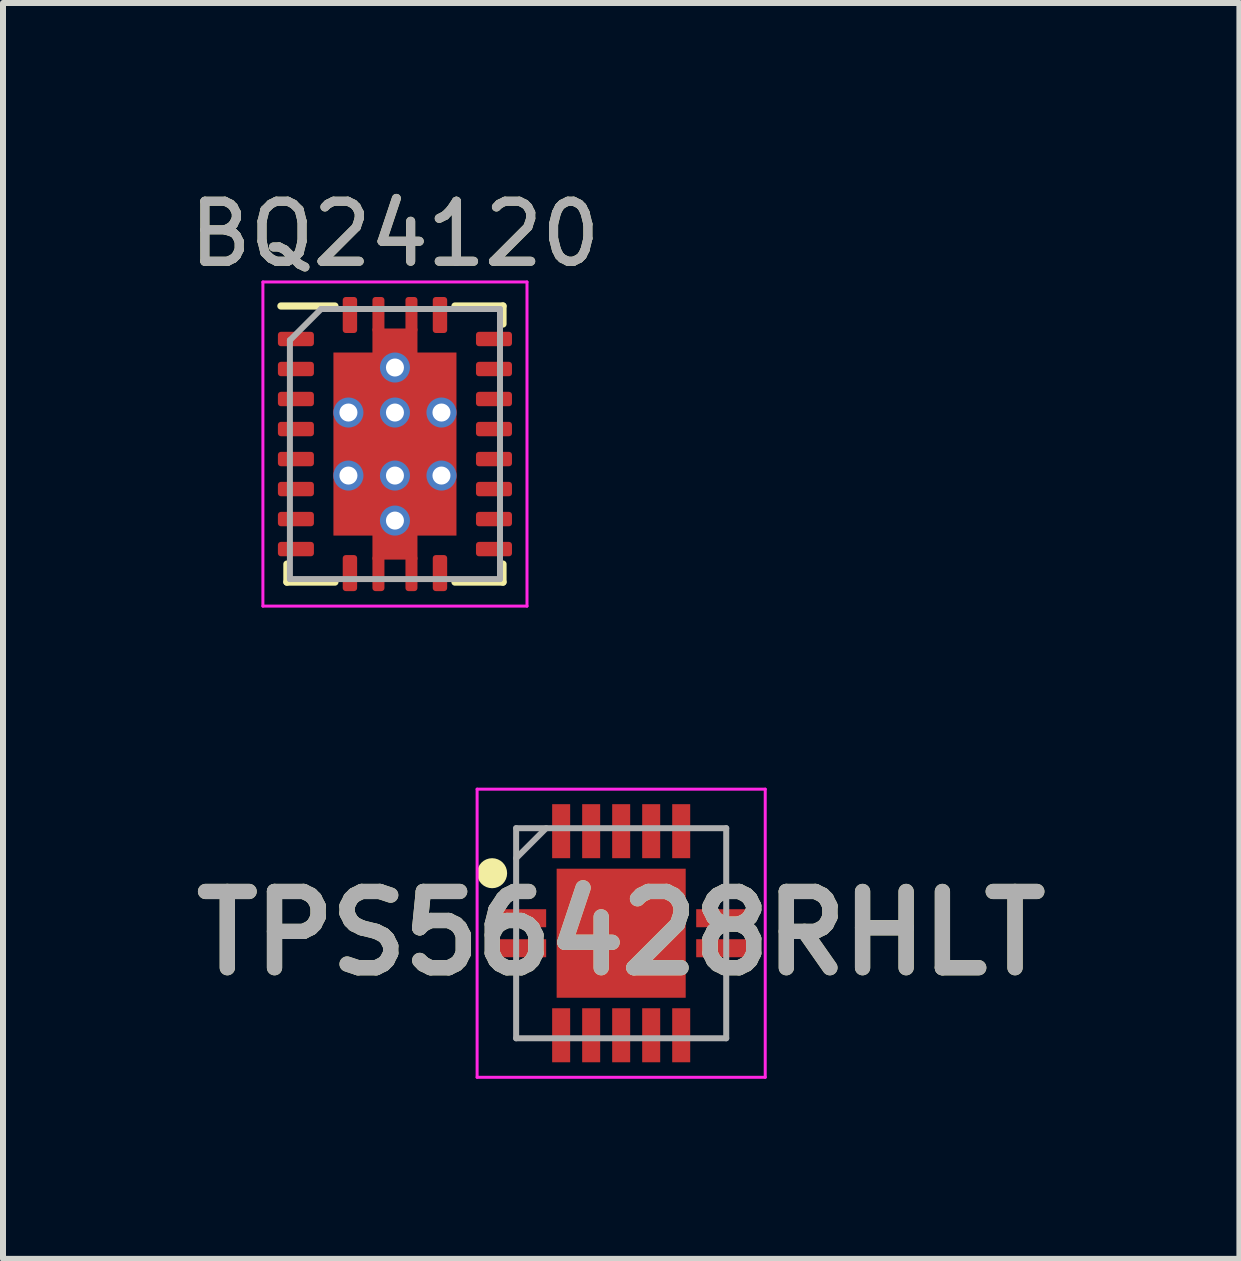
<source format=kicad_pcb>
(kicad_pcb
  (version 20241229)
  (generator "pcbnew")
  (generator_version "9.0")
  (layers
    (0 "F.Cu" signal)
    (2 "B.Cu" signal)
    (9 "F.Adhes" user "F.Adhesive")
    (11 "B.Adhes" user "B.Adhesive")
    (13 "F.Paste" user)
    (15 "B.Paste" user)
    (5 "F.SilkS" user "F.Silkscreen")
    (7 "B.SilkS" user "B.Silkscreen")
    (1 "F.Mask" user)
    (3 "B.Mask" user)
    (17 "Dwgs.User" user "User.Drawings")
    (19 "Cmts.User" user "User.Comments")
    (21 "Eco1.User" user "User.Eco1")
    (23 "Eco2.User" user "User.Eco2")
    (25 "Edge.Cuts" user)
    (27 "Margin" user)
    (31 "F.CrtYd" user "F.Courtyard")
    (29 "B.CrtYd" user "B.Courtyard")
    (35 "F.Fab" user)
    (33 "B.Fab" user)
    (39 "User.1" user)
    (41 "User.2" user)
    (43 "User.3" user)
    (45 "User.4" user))
  (footprint "TPS56428RHLT"
    (layer "F.Cu")
    (at 7.299 12.498)
    (property "Reference" "TPS56428RHLT" (at 0 0 0) (layer "F.SilkS") (effects (font (size 1.27 1.27) (thickness 0.254))))
    (attr smd)
    (fp_circle (center -2.15 -1) (end -2.15 -0.875) (stroke (width 0.25) (type solid)) (fill no) (layer "F.SilkS"))
    (fp_line (start -2.4 -2.4) (end 2.4 -2.4) (stroke (width 0.05) (type solid)) (layer "F.CrtYd"))
    (fp_line (start -2.4 2.4) (end -2.4 -2.4) (stroke (width 0.05) (type solid)) (layer "F.CrtYd"))
    (fp_line (start 2.4 -2.4) (end 2.4 2.4) (stroke (width 0.05) (type solid)) (layer "F.CrtYd"))
    (fp_line (start 2.4 2.4) (end -2.4 2.4) (stroke (width 0.05) (type solid)) (layer "F.CrtYd"))
    (fp_line (start -1.75 -1.75) (end 1.75 -1.75) (stroke (width 0.1) (type solid)) (layer "F.Fab"))
    (fp_line (start -1.75 -1.25) (end -1.25 -1.75) (stroke (width 0.1) (type solid)) (layer "F.Fab"))
    (fp_line (start -1.75 1.75) (end -1.75 -1.75) (stroke (width 0.1) (type solid)) (layer "F.Fab"))
    (fp_line (start 1.75 -1.75) (end 1.75 1.75) (stroke (width 0.1) (type solid)) (layer "F.Fab"))
    (fp_line (start 1.75 1.75) (end -1.75 1.75) (stroke (width 0.1) (type solid)) (layer "F.Fab"))
    (fp_text user "${REFERENCE}" (at 0 0 0) (layer "F.Fab") (effects (font (size 1.27 1.27) (thickness 0.254))))
    (pad "1" smd rect (at -1.7 -0.25 90) (size 0.3 0.9) (layers "F.Cu" "F.Mask" "F.Paste"))
    (pad "2" smd rect (at -1.7 0.25 90) (size 0.3 0.9) (layers "F.Cu" "F.Mask" "F.Paste"))
    (pad "3" smd rect (at -1 1.7) (size 0.3 0.9) (layers "F.Cu" "F.Mask" "F.Paste"))
    (pad "4" smd rect (at -0.5 1.7) (size 0.3 0.9) (layers "F.Cu" "F.Mask" "F.Paste"))
    (pad "5" smd rect (at 0 1.7) (size 0.3 0.9) (layers "F.Cu" "F.Mask" "F.Paste"))
    (pad "6" smd rect (at 0.5 1.7) (size 0.3 0.9) (layers "F.Cu" "F.Mask" "F.Paste"))
    (pad "7" smd rect (at 1 1.7) (size 0.3 0.9) (layers "F.Cu" "F.Mask" "F.Paste"))
    (pad "8" smd rect (at 1.7 0.25 90) (size 0.3 0.9) (layers "F.Cu" "F.Mask" "F.Paste"))
    (pad "9" smd rect (at 1.7 -0.25 90) (size 0.3 0.9) (layers "F.Cu" "F.Mask" "F.Paste"))
    (pad "10" smd rect (at 1 -1.7) (size 0.3 0.9) (layers "F.Cu" "F.Mask" "F.Paste"))
    (pad "11" smd rect (at 0.5 -1.7) (size 0.3 0.9) (layers "F.Cu" "F.Mask" "F.Paste"))
    (pad "12" smd rect (at 0 -1.7) (size 0.3 0.9) (layers "F.Cu" "F.Mask" "F.Paste"))
    (pad "13" smd rect (at -0.5 -1.7) (size 0.3 0.9) (layers "F.Cu" "F.Mask" "F.Paste"))
    (pad "14" smd rect (at -1 -1.7) (size 0.3 0.9) (layers "F.Cu" "F.Mask" "F.Paste"))
    (pad "15" smd rect (at 0 0) (size 2.15 2.15) (layers "F.Cu" "F.Mask" "F.Paste")))
  (footprint "BQ24120"
    (layer "F.Cu")
    (at 3.53 4.348)
    (property "Reference" "BQ24120" (at 0 -3.5 0) (layer "F.SilkS") (effects (font (size 1 1) (thickness 0.15))))
    (attr smd)
    (fp_line (start -1.9 -2.3) (end -1 -2.3) (stroke (width 0.12) (type solid)) (layer "F.SilkS"))
    (fp_line (start -1.8 2) (end -1.8 2.3) (stroke (width 0.12) (type solid)) (layer "F.SilkS"))
    (fp_line (start -1.8 2.3) (end -1 2.3) (stroke (width 0.12) (type solid)) (layer "F.SilkS"))
    (fp_line (start 1 -2.3) (end 1.8 -2.3) (stroke (width 0.12) (type solid)) (layer "F.SilkS"))
    (fp_line (start 1 2.3) (end 1.8 2.3) (stroke (width 0.12) (type solid)) (layer "F.SilkS"))
    (fp_line (start 1.8 -2.3) (end 1.8 -2) (stroke (width 0.12) (type solid)) (layer "F.SilkS"))
    (fp_line (start 1.8 2) (end 1.8 2.3) (stroke (width 0.12) (type solid)) (layer "F.SilkS"))
    (fp_line (start -2.2 -2.7) (end -2.2 2.7) (stroke (width 0.05) (type solid)) (layer "F.CrtYd"))
    (fp_line (start -2.2 -2.7) (end 2.2 -2.7) (stroke (width 0.05) (type solid)) (layer "F.CrtYd"))
    (fp_line (start -2.2 2.7) (end 2.2 2.7) (stroke (width 0.05) (type solid)) (layer "F.CrtYd"))
    (fp_line (start 2.2 -2.7) (end 2.2 2.7) (stroke (width 0.05) (type solid)) (layer "F.CrtYd"))
    (fp_line (start -1.75 -1.73) (end -1.75 2.25) (stroke (width 0.1) (type solid)) (layer "F.Fab"))
    (fp_line (start -1.75 -1.73) (end -1.23 -2.25) (stroke (width 0.1) (type solid)) (layer "F.Fab"))
    (fp_line (start -1.75 2.25) (end 1.75 2.25) (stroke (width 0.1) (type solid)) (layer "F.Fab"))
    (fp_line (start -1.23 -2.25) (end 1.75 -2.25) (stroke (width 0.1) (type solid)) (layer "F.Fab"))
    (fp_line (start 1.75 -2.25) (end 1.75 2.25) (stroke (width 0.1) (type solid)) (layer "F.Fab"))
    (fp_text user "${REFERENCE}" (at 0 -3.5 0) (layer "F.Fab") (effects (font (size 1 1) (thickness 0.15))))
    (pad "" smd rect (at -0.56 -1.05) (size 0.92 0.85) (layers "F.Paste"))
    (pad "" smd rect (at -0.56 0) (size 0.92 0.85) (layers "F.Paste"))
    (pad "" smd rect (at -0.56 1.05) (size 0.92 0.85) (layers "F.Paste"))
    (pad "" smd rect (at 0 -1.8) (size 0.75 0.25) (layers "F.Paste"))
    (pad "" smd rect (at 0 1.8) (size 0.75 0.25) (layers "F.Paste"))
    (pad "" smd rect (at 0.56 -1.05) (size 0.92 0.85) (layers "F.Paste"))
    (pad "" smd rect (at 0.56 0) (size 0.92 0.85) (layers "F.Paste"))
    (pad "" smd rect (at 0.56 1.05) (size 0.92 0.85) (layers "F.Paste"))
    (pad "1" smd roundrect (at -0.75 -2.15) (size 0.24 0.6) (layers "F.Cu" "F.Mask" "F.Paste") (roundrect_rratio 0.21))
    (pad "2" smd roundrect (at -1.65 -1.75) (size 0.6 0.24) (layers "F.Cu" "F.Mask" "F.Paste") (roundrect_rratio 0.21))
    (pad "3" smd roundrect (at -1.65 -1.25) (size 0.6 0.24) (layers "F.Cu" "F.Mask" "F.Paste") (roundrect_rratio 0.21))
    (pad "4" smd roundrect (at -1.65 -0.75) (size 0.6 0.24) (layers "F.Cu" "F.Mask" "F.Paste") (roundrect_rratio 0.21))
    (pad "5" smd roundrect (at -1.65 -0.25) (size 0.6 0.24) (layers "F.Cu" "F.Mask" "F.Paste") (roundrect_rratio 0.21))
    (pad "6" smd roundrect (at -1.65 0.25) (size 0.6 0.24) (layers "F.Cu" "F.Mask" "F.Paste") (roundrect_rratio 0.21))
    (pad "7" smd roundrect (at -1.65 0.75) (size 0.6 0.24) (layers "F.Cu" "F.Mask" "F.Paste") (roundrect_rratio 0.21))
    (pad "8" smd roundrect (at -1.65 1.25) (size 0.6 0.24) (layers "F.Cu" "F.Mask" "F.Paste") (roundrect_rratio 0.21))
    (pad "9" smd roundrect (at -1.65 1.75) (size 0.6 0.24) (layers "F.Cu" "F.Mask" "F.Paste") (roundrect_rratio 0.21))
    (pad "10" smd roundrect (at -0.75 2.15) (size 0.24 0.6) (layers "F.Cu" "F.Mask" "F.Paste") (roundrect_rratio 0.21))
    (pad "11" smd roundrect (at 0.75 2.15) (size 0.24 0.6) (layers "F.Cu" "F.Mask" "F.Paste") (roundrect_rratio 0.21))
    (pad "12" smd roundrect (at 1.65 1.75) (size 0.6 0.24) (layers "F.Cu" "F.Mask" "F.Paste") (roundrect_rratio 0.21))
    (pad "13" smd roundrect (at 1.65 1.25) (size 0.6 0.24) (layers "F.Cu" "F.Mask" "F.Paste") (roundrect_rratio 0.21))
    (pad "14" smd roundrect (at 1.65 0.75) (size 0.6 0.24) (layers "F.Cu" "F.Mask" "F.Paste") (roundrect_rratio 0.21))
    (pad "15" smd roundrect (at 1.65 0.25) (size 0.6 0.24) (layers "F.Cu" "F.Mask" "F.Paste") (roundrect_rratio 0.21))
    (pad "16" smd roundrect (at 1.65 -0.25) (size 0.6 0.24) (layers "F.Cu" "F.Mask" "F.Paste") (roundrect_rratio 0.21))
    (pad "17" smd roundrect (at 1.65 -0.75) (size 0.6 0.24) (layers "F.Cu" "F.Mask" "F.Paste") (roundrect_rratio 0.21))
    (pad "18" smd roundrect (at 1.65 -1.25) (size 0.6 0.24) (layers "F.Cu" "F.Mask" "F.Paste") (roundrect_rratio 0.21))
    (pad "19" smd roundrect (at 1.65 -1.75) (size 0.6 0.24) (layers "F.Cu" "F.Mask" "F.Paste") (roundrect_rratio 0.21))
    (pad "20" smd roundrect (at 0.75 -2.15) (size 0.24 0.6) (layers "F.Cu" "F.Mask" "F.Paste") (roundrect_rratio 0.21))
    (pad "21" thru_hole circle (at -0.775 -0.525) (size 0.5 0.5) (drill 0.3) (layers "*.Cu"))
    (pad "21" thru_hole circle (at -0.775 0.525) (size 0.5 0.5) (drill 0.3) (layers "*.Cu"))
    (pad "21" smd roundrect (at -0.275 -2.15) (size 0.2 0.6) (layers "F.Cu" "F.Mask" "F.Paste") (roundrect_rratio 0.25))
    (pad "21" smd roundrect (at -0.275 2.15) (size 0.2 0.6) (layers "F.Cu" "F.Mask" "F.Paste") (roundrect_rratio 0.25))
    (pad "21" thru_hole circle (at 0 -1.275) (size 0.5 0.5) (drill 0.3) (layers "*.Cu"))
    (pad "21" thru_hole circle (at 0 -0.525) (size 0.5 0.5) (drill 0.3) (layers "*.Cu"))
    (pad "21" smd custom (at 0 0) (size 1.524 1.524) (layers "F.Cu" "F.Mask") (options (anchor rect)) (primitives (gr_poly (pts (xy 1.025 1.525) (xy 1.025 -1.525) (xy 0.375 -1.525) (xy 0.375 -1.925) (xy -0.375 -1.925) (xy -0.375 -1.525) (xy -1.025 -1.525) (xy -1.025 1.525) (xy -0.375 1.525) (xy -0.375 1.925) (xy 0.375 1.925) (xy 0.375 1.525)) (width 0) (fill yes))))
    (pad "21" thru_hole circle (at 0 0.525) (size 0.5 0.5) (drill 0.3) (layers "*.Cu"))
    (pad "21" thru_hole circle (at 0 1.275) (size 0.5 0.5) (drill 0.3) (layers "*.Cu"))
    (pad "21" smd roundrect (at 0.275 -2.15) (size 0.2 0.6) (layers "F.Cu" "F.Mask" "F.Paste") (roundrect_rratio 0.25))
    (pad "21" smd roundrect (at 0.275 2.15) (size 0.2 0.6) (layers "F.Cu" "F.Mask" "F.Paste") (roundrect_rratio 0.25))
    (pad "21" thru_hole circle (at 0.775 -0.525) (size 0.5 0.5) (drill 0.3) (layers "*.Cu"))
    (pad "21" thru_hole circle (at 0.775 0.525) (size 0.5 0.5) (drill 0.3) (layers "*.Cu")))
  (gr_rect
    (start -3 -3)
    (end 17.599 17.923)
    (stroke (width 0.1) (type default))
    (fill no)
    (layer "Edge.Cuts")))
</source>
